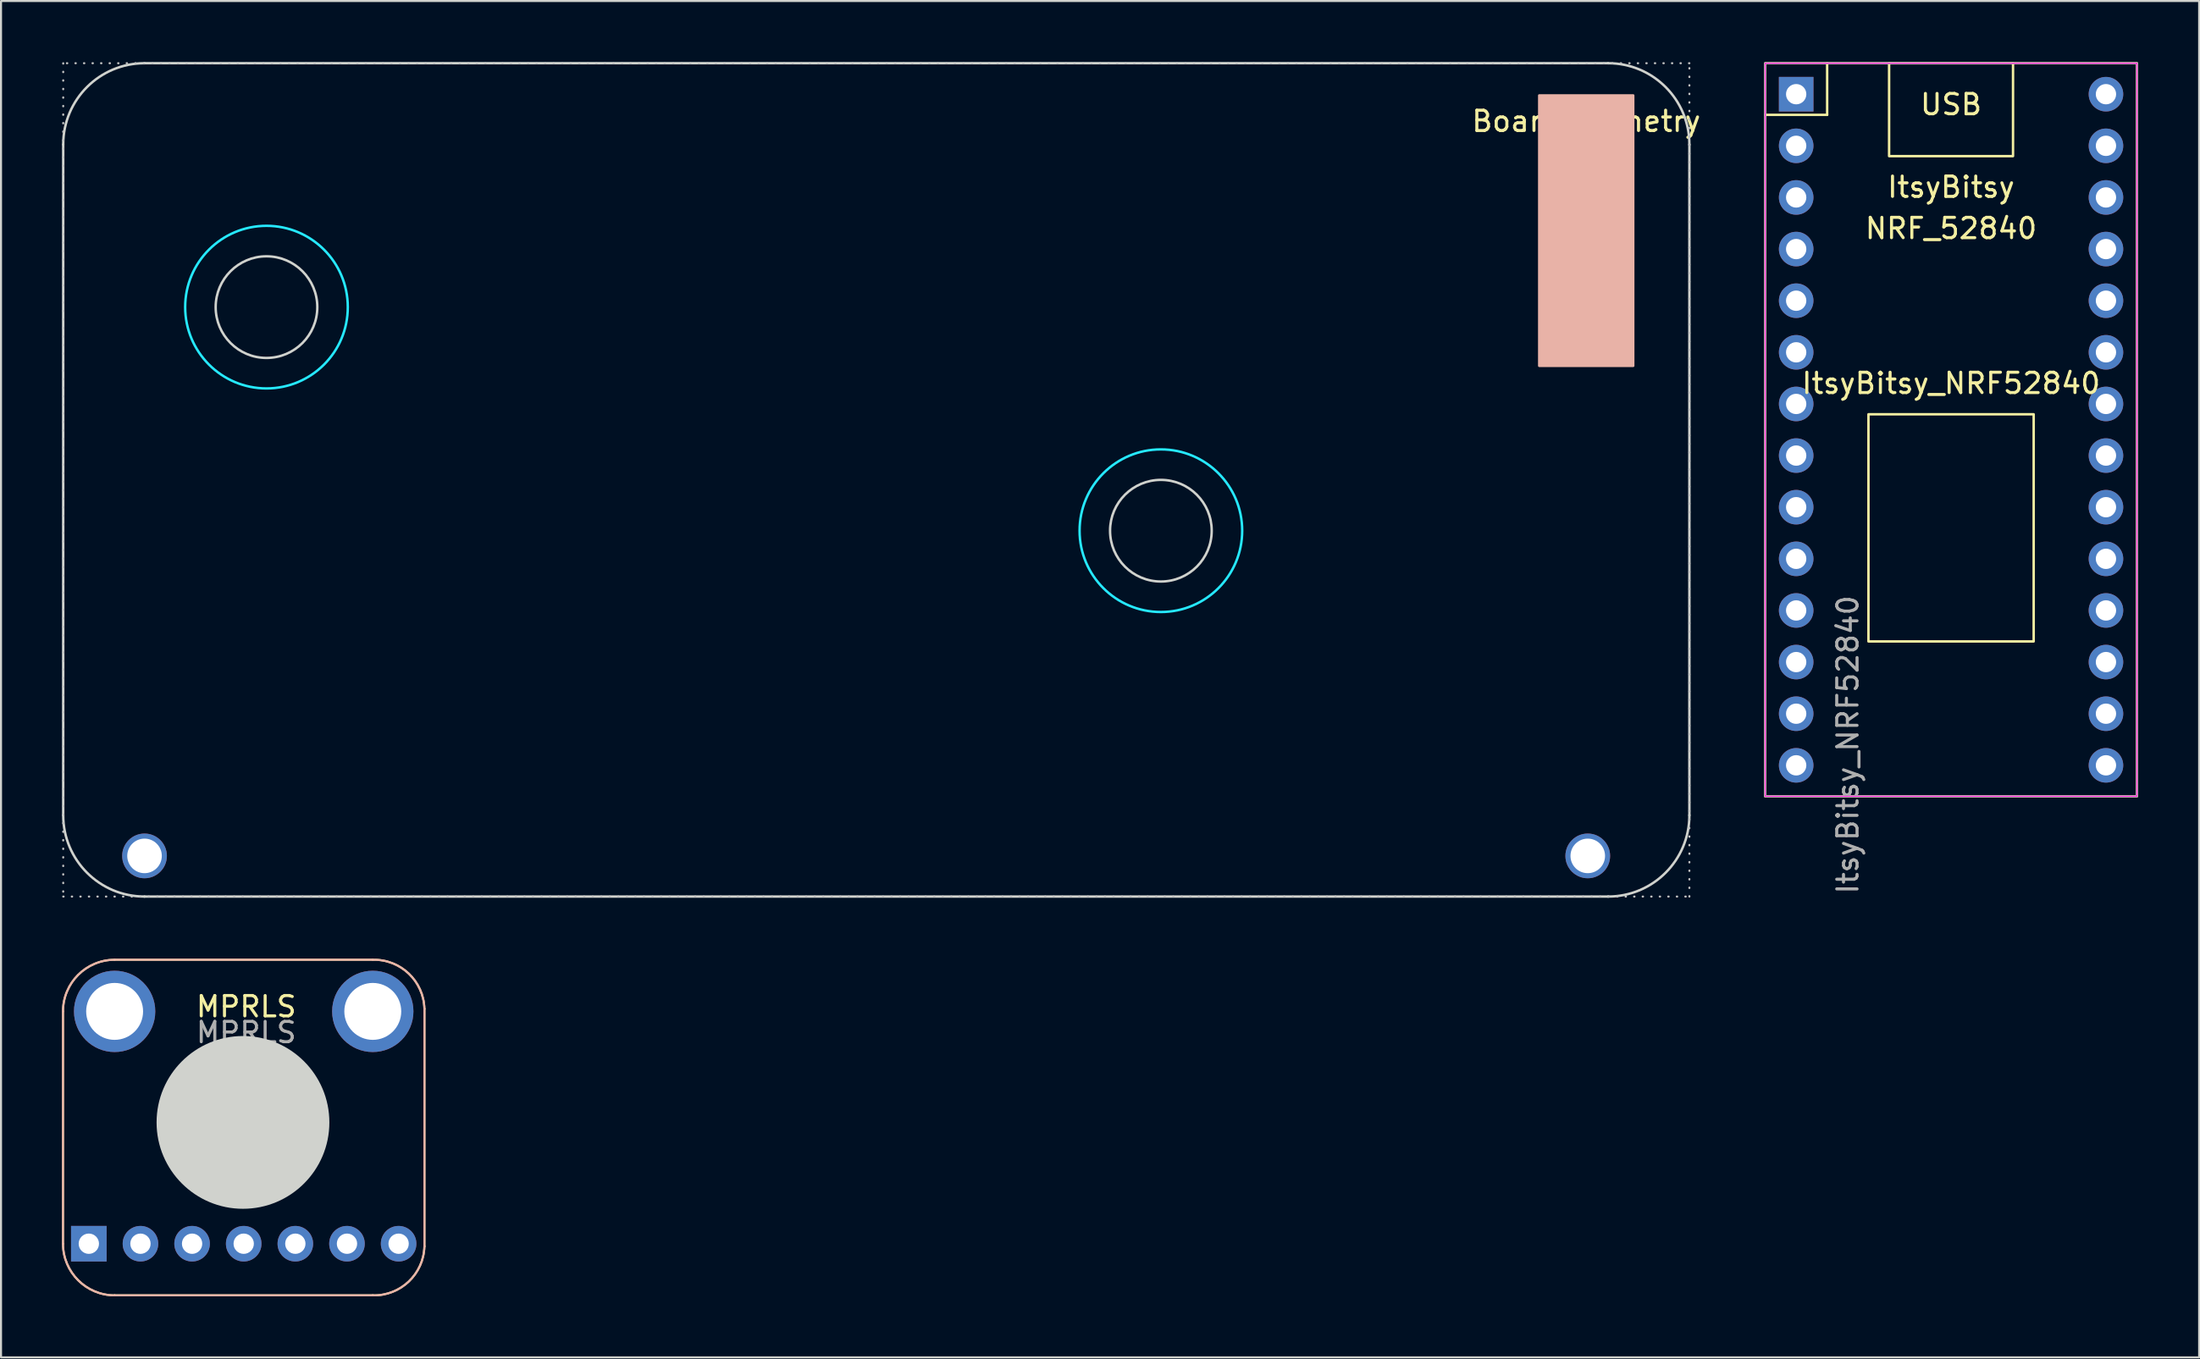
<source format=kicad_pcb>
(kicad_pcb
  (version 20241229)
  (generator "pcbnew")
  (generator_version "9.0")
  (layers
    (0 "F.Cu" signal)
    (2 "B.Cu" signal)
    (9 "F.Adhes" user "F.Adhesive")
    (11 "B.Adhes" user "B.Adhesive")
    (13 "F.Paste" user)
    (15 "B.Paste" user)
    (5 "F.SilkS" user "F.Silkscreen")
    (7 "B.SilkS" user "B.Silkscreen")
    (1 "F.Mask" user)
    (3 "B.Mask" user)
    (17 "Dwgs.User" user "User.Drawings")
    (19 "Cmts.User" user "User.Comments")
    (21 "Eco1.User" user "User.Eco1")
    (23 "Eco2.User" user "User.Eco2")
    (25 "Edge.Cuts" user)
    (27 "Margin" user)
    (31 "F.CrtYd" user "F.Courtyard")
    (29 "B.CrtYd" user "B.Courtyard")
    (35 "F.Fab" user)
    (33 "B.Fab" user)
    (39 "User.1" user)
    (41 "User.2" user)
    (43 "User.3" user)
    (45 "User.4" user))
  (footprint "ItsyBitsy_NRF52840"
    (layer "F.Cu")
    (at 92.933 16.808)
    (property "Reference" "ItsyBitsy_NRF52840" (at 0 -1 0) (unlocked yes) (layer "F.SilkS") (effects (font (size 1 1) (thickness 0.15))))
    (attr through_hole)
    (fp_line (start -6.096 -16.748) (end -6.096 -14.208) (stroke (width 0.12) (type solid)) (layer "F.SilkS"))
    (fp_line (start -6.096 -14.208) (end -9.144 -14.208) (stroke (width 0.12) (type solid)) (layer "F.SilkS"))
    (fp_rect (start -9.144 -16.748) (end 9.144 19.32) (stroke (width 0.12) (type solid)) (fill no) (layer "F.SilkS"))
    (fp_rect (start -4.064 0.524) (end 4.064 11.7) (stroke (width 0.12) (type solid)) (fill no) (layer "F.SilkS"))
    (fp_rect (start -3.048 -16.748) (end 3.048 -12.176) (stroke (width 0.12) (type solid)) (fill no) (layer "F.SilkS"))
    (fp_rect (start -9.144 -16.748) (end 9.144 19.32) (stroke (width 0.05) (type solid)) (fill no) (layer "F.CrtYd"))
    (fp_rect (start -9.144 -16.748) (end 9.144 19.32) (stroke (width 0.1) (type solid)) (fill no) (layer "F.Fab"))
    (fp_text user "USB" (at 0 -14.716 0) (unlocked yes) (layer "F.SilkS") (effects (font (size 1 1) (thickness 0.15))))
    (fp_text user "ItsyBitsy" (at 0 -10.652 0) (unlocked yes) (layer "F.SilkS") (effects (font (size 1 1) (thickness 0.15))))
    (fp_text user "NRF_52840" (at 0 -8.62 0) (unlocked yes) (layer "F.SilkS") (effects (font (size 1 1) (thickness 0.15))))
    (fp_text user "${REFERENCE}" (at -5.08 16.78 90) (unlocked yes) (layer "F.Fab") (effects (font (size 1 1) (thickness 0.15))))
    (pad "1" thru_hole rect (at -7.62 -15.224) (size 1.7 1.7) (drill 1) (layers "*.Cu" "*.Mask"))
    (pad "2" thru_hole oval (at -7.62 -12.684) (size 1.7 1.7) (drill 1) (layers "*.Cu" "*.Mask"))
    (pad "3" thru_hole oval (at -7.62 -10.144) (size 1.7 1.7) (drill 1) (layers "*.Cu" "*.Mask"))
    (pad "4" thru_hole oval (at -7.62 -7.604) (size 1.7 1.7) (drill 1) (layers "*.Cu" "*.Mask"))
    (pad "5" thru_hole oval (at -7.62 -5.064) (size 1.7 1.7) (drill 1) (layers "*.Cu" "*.Mask"))
    (pad "6" thru_hole oval (at -7.62 -2.524) (size 1.7 1.7) (drill 1) (layers "*.Cu" "*.Mask"))
    (pad "7" thru_hole oval (at -7.62 0.016) (size 1.7 1.7) (drill 1) (layers "*.Cu" "*.Mask"))
    (pad "8" thru_hole oval (at -7.62 2.556) (size 1.7 1.7) (drill 1) (layers "*.Cu" "*.Mask"))
    (pad "9" thru_hole oval (at -7.62 5.096) (size 1.7 1.7) (drill 1) (layers "*.Cu" "*.Mask"))
    (pad "10" thru_hole oval (at -7.62 7.636) (size 1.7 1.7) (drill 1) (layers "*.Cu" "*.Mask"))
    (pad "11" thru_hole oval (at -7.62 10.176) (size 1.7 1.7) (drill 1) (layers "*.Cu" "*.Mask"))
    (pad "12" thru_hole oval (at -7.62 12.716) (size 1.7 1.7) (drill 1) (layers "*.Cu" "*.Mask"))
    (pad "13" thru_hole oval (at -7.62 15.256) (size 1.7 1.7) (drill 1) (layers "*.Cu" "*.Mask"))
    (pad "14" thru_hole oval (at -7.62 17.796) (size 1.7 1.7) (drill 1) (layers "*.Cu" "*.Mask"))
    (pad "15" thru_hole oval (at 7.62 17.796) (size 1.7 1.7) (drill 1) (layers "*.Cu" "*.Mask"))
    (pad "16" thru_hole oval (at 7.62 15.256) (size 1.7 1.7) (drill 1) (layers "*.Cu" "*.Mask"))
    (pad "17" thru_hole oval (at 7.62 12.716) (size 1.7 1.7) (drill 1) (layers "*.Cu" "*.Mask"))
    (pad "18" thru_hole oval (at 7.62 10.176) (size 1.7 1.7) (drill 1) (layers "*.Cu" "*.Mask"))
    (pad "19" thru_hole oval (at 7.62 7.636) (size 1.7 1.7) (drill 1) (layers "*.Cu" "*.Mask"))
    (pad "20" thru_hole oval (at 7.62 5.096) (size 1.7 1.7) (drill 1) (layers "*.Cu" "*.Mask"))
    (pad "21" thru_hole oval (at 7.62 2.556) (size 1.7 1.7) (drill 1) (layers "*.Cu" "*.Mask"))
    (pad "22" thru_hole oval (at 7.62 0.016) (size 1.7 1.7) (drill 1) (layers "*.Cu" "*.Mask"))
    (pad "23" thru_hole oval (at 7.62 -2.524) (size 1.7 1.7) (drill 1) (layers "*.Cu" "*.Mask"))
    (pad "24" thru_hole oval (at 7.62 -5.064) (size 1.7 1.7) (drill 1) (layers "*.Cu" "*.Mask"))
    (pad "25" thru_hole oval (at 7.62 -7.604) (size 1.7 1.7) (drill 1) (layers "*.Cu" "*.Mask"))
    (pad "26" thru_hole oval (at 7.62 -10.144) (size 1.7 1.7) (drill 1) (layers "*.Cu" "*.Mask"))
    (pad "27" thru_hole oval (at 7.62 -12.684) (size 1.7 1.7) (drill 1) (layers "*.Cu" "*.Mask"))
    (pad "28" thru_hole oval (at 7.62 -15.224) (size 1.7 1.7) (drill 1) (layers "*.Cu" "*.Mask")))
  (footprint "BoardGeometry"
    (layer "F.Cu")
    (at 40.06 20.06)
    (property "Reference" "BoardGeometry" (at 34.925 -17.145 0) (unlocked yes) (layer "F.SilkS") (effects (font (size 1 1) (thickness 0.15))))
    (fp_rect (start 37.237 -18.415) (end 32.613 -5.111) (stroke (width 0.12) (type solid)) (fill yes) (layer "B.SilkS"))
    (fp_rect (start -40 21) (end 40 -20) (stroke (width 0.1) (type dot)) (fill no) (layer "Dwgs.User"))
    (fp_line (start -40 17) (end -40 -16) (stroke (width 0.12) (type default)) (layer "Edge.Cuts"))
    (fp_line (start -36 -20) (end 36 -20) (stroke (width 0.12) (type default)) (layer "Edge.Cuts"))
    (fp_line (start 36 21) (end -36 21) (stroke (width 0.12) (type default)) (layer "Edge.Cuts"))
    (fp_line (start 40 -16) (end 40 17) (stroke (width 0.12) (type default)) (layer "Edge.Cuts"))
    (fp_arc (start -39.999999 -15.999999) (mid -38.828426 -18.828426) (end -35.999999 -19.999999) (stroke (width 0.12) (type default)) (layer "Edge.Cuts"))
    (fp_arc (start -35.999999 20.999999) (mid -38.828426 19.828426) (end -39.999999 16.999999) (stroke (width 0.12) (type default)) (layer "Edge.Cuts"))
    (fp_arc (start 35.999999 -19.999999) (mid 38.828426 -18.828426) (end 39.999999 -15.999999) (stroke (width 0.12) (type default)) (layer "Edge.Cuts"))
    (fp_arc (start 39.999999 16.999999) (mid 38.828426 19.828426) (end 35.999999 20.999999) (stroke (width 0.12) (type default)) (layer "Edge.Cuts"))
    (fp_circle (center -30 -8) (end -27.5 -8) (stroke (width 0.12) (type default)) (fill no) (layer "Edge.Cuts"))
    (fp_circle (center 14 3) (end 16.5 3) (stroke (width 0.12) (type default)) (fill no) (layer "Edge.Cuts"))
    (fp_circle (center -30 -8) (end -26 -8) (stroke (width 0.12) (type solid)) (fill no) (layer "B.CrtYd"))
    (fp_circle (center 14 3) (end 18 3) (stroke (width 0.12) (type solid)) (fill no) (layer "B.CrtYd"))
    (pad "" thru_hole circle (at -36 19) (size 2.2 2.2) (drill 1.7) (layers "*.Cu" "*.Mask"))
    (pad "" thru_hole circle (at 35 19) (size 2.2 2.2) (drill 1.7) (layers "*.Cu" "*.Mask"))
    (zone (net_name "") (layer "B.CrtYd") (name "Hole") (hatch edge 0.5) (connect_pads) (min_thickness 0.25) (filled_areas_thickness no) (keepout (tracks not_allowed) (vias not_allowed) (pads not_allowed) (copperpour allowed) (footprints allowed)) (placement (enabled no)) (fill) (polygon (pts (xy 73.06 7.06) (xy 73.06 13.06) (xy 80.06 13.06) (xy 80.06 7.06)))))
  (footprint "MPRLS"
    (layer "F.Cu")
    (at 8.903 52.672)
    (property "Reference" "MPRLS" (at 0.162 -6.197 0) (unlocked yes) (layer "F.SilkS") (effects (font (size 1 1) (thickness 0.15))))
    (attr through_hole)
    (fp_line (start -8.854 5.468) (end -8.854 -5.962) (stroke (width 0.1) (type solid)) (layer "F.SilkS"))
    (fp_line (start -6.314 -8.502) (end 6.386 -8.502) (stroke (width 0.1) (type solid)) (layer "F.SilkS"))
    (fp_line (start 6.386 8.008) (end -6.314 8.008) (stroke (width 0.1) (type solid)) (layer "F.SilkS"))
    (fp_line (start 8.927 -6.088) (end 8.927 5.596) (stroke (width 0.1) (type solid)) (layer "F.SilkS"))
    (fp_arc (start -8.8535 -5.9615) (mid -8.109551 -7.757551) (end -6.3135 -8.5015) (stroke (width 0.1) (type solid)) (layer "F.SilkS"))
    (fp_arc (start -6.3135 8.0085) (mid -8.109551 7.264551) (end -8.8535 5.4685) (stroke (width 0.1) (type solid)) (layer "F.SilkS"))
    (fp_arc (start 6.3865 -8.5015) (mid 8.156249 -7.821051) (end 8.9265 -6.0885) (stroke (width 0.1) (type solid)) (layer "F.SilkS"))
    (fp_arc (start 8.9265 5.5955) (mid 8.156249 7.328051) (end 6.3865 8.0085) (stroke (width 0.1) (type solid)) (layer "F.SilkS"))
    (fp_line (start -8.854 5.468) (end -8.854 -5.962) (stroke (width 0.1) (type solid)) (layer "B.SilkS"))
    (fp_line (start -6.314 -8.502) (end 6.386 -8.502) (stroke (width 0.1) (type solid)) (layer "B.SilkS"))
    (fp_line (start 6.386 8.008) (end -6.314 8.008) (stroke (width 0.1) (type solid)) (layer "B.SilkS"))
    (fp_line (start 8.927 -6.088) (end 8.927 5.596) (stroke (width 0.1) (type solid)) (layer "B.SilkS"))
    (fp_arc (start -8.8535 -5.9615) (mid -8.109551 -7.757551) (end -6.3135 -8.5015) (stroke (width 0.1) (type solid)) (layer "B.SilkS"))
    (fp_arc (start -6.3135 8.0085) (mid -8.109551 7.264551) (end -8.8535 5.4685) (stroke (width 0.1) (type solid)) (layer "B.SilkS"))
    (fp_arc (start 6.3865 -8.5015) (mid 8.156249 -7.821051) (end 8.9265 -6.0885) (stroke (width 0.1) (type solid)) (layer "B.SilkS"))
    (fp_arc (start 8.9265 5.5955) (mid 8.156249 7.328051) (end 6.3865 8.0085) (stroke (width 0.1) (type solid)) (layer "B.SilkS"))
    (fp_circle (center 0 -0.5) (end 4.2 -0.5) (stroke (width 0.1) (type solid)) (fill yes) (layer "Edge.Cuts"))
    (fp_text user "${REFERENCE}" (at 0.162 -4.926 0) (unlocked yes) (layer "F.Fab") (effects (font (size 1 1) (thickness 0.15))))
    (pad "" thru_hole circle (at -6.314 -5.962) (size 4 4) (drill 2.8) (layers "*.Cu" "*.Mask"))
    (pad "" thru_hole circle (at 6.386 -5.962) (size 4 4) (drill 2.8) (layers "*.Cu" "*.Mask"))
    (pad "1" thru_hole rect (at -7.583 5.468 90) (size 1.75 1.75) (drill 1) (layers "*.Cu" "*.Mask"))
    (pad "2" thru_hole circle (at -5.043 5.468 90) (size 1.75 1.75) (drill 1) (layers "*.Cu" "*.Mask"))
    (pad "3" thru_hole circle (at -2.503 5.468 90) (size 1.75 1.75) (drill 1) (layers "*.Cu" "*.Mask"))
    (pad "4" thru_hole circle (at 0.036 5.468 90) (size 1.75 1.75) (drill 1) (layers "*.Cu" "*.Mask"))
    (pad "5" thru_hole circle (at 2.576 5.468 90) (size 1.75 1.75) (drill 1) (layers "*.Cu" "*.Mask"))
    (pad "6" thru_hole circle (at 5.117 5.468 90) (size 1.75 1.75) (drill 1) (layers "*.Cu" "*.Mask"))
    (pad "7" thru_hole circle (at 7.657 5.468 90) (size 1.75 1.75) (drill 1) (layers "*.Cu" "*.Mask")))
  (gr_rect
    (start -3 -3)
    (end 105.137 63.732)
    (stroke (width 0.1) (type default))
    (fill no)
    (layer "Edge.Cuts")))
</source>
